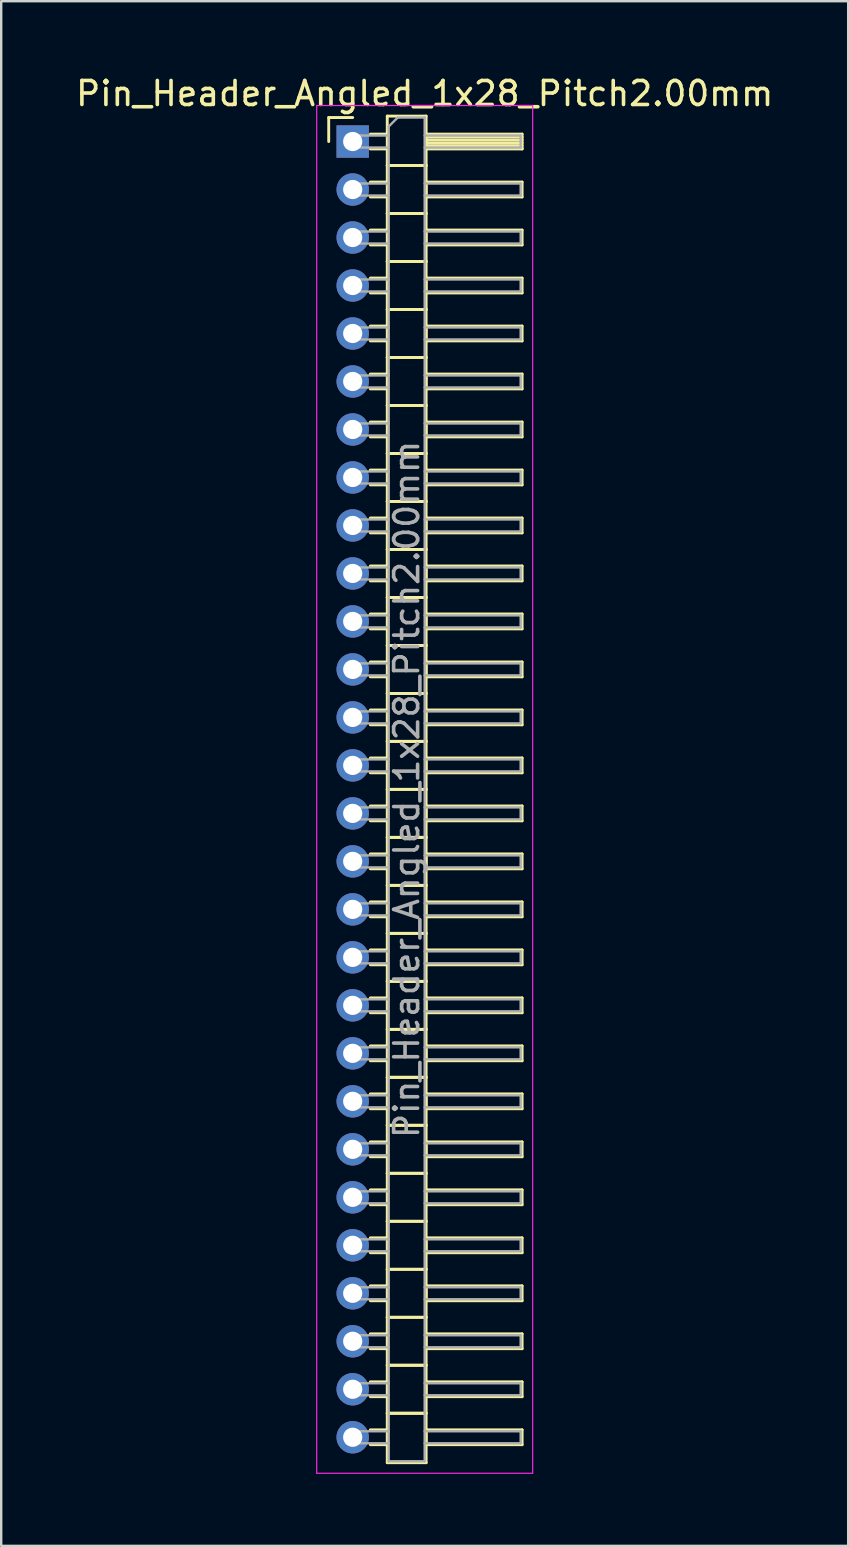
<source format=kicad_pcb>
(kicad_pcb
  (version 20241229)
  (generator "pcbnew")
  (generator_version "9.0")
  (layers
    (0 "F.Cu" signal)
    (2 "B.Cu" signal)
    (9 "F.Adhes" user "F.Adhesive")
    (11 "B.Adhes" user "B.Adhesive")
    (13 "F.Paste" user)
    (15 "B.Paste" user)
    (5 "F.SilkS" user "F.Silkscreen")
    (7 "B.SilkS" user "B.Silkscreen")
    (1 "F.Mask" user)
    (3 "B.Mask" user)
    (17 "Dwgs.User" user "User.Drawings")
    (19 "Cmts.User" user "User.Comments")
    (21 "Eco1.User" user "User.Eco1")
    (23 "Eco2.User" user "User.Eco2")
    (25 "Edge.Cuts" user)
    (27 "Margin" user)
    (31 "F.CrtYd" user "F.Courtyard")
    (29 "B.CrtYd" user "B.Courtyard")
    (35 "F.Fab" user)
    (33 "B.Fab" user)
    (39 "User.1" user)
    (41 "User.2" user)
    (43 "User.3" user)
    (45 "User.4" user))
  (footprint "Pin_Header_Angled_1x28_Pitch2.00mm"
    (layer "F.Cu")
    (at 11.649 2.848)
    (property "Reference" "Pin_Header_Angled_1x28_Pitch2.00mm" (at 3 -2 0) (layer "F.SilkS") (effects (font (size 1 1) (thickness 0.15))))
    (attr through_hole)
    (fp_line (start -1 -1) (end 0 -1) (stroke (width 0.12) (type solid)) (layer "F.SilkS"))
    (fp_line (start -1 0) (end -1 -1) (stroke (width 0.12) (type solid)) (layer "F.SilkS"))
    (fp_line (start 0.735 -0.31) (end 1.44 -0.31) (stroke (width 0.12) (type solid)) (layer "F.SilkS"))
    (fp_line (start 0.735 0.31) (end 1.44 0.31) (stroke (width 0.12) (type solid)) (layer "F.SilkS"))
    (fp_line (start 0.735 1.69) (end 1.44 1.69) (stroke (width 0.12) (type solid)) (layer "F.SilkS"))
    (fp_line (start 0.735 2.31) (end 1.44 2.31) (stroke (width 0.12) (type solid)) (layer "F.SilkS"))
    (fp_line (start 0.735 3.69) (end 1.44 3.69) (stroke (width 0.12) (type solid)) (layer "F.SilkS"))
    (fp_line (start 0.735 4.31) (end 1.44 4.31) (stroke (width 0.12) (type solid)) (layer "F.SilkS"))
    (fp_line (start 0.735 5.69) (end 1.44 5.69) (stroke (width 0.12) (type solid)) (layer "F.SilkS"))
    (fp_line (start 0.735 6.31) (end 1.44 6.31) (stroke (width 0.12) (type solid)) (layer "F.SilkS"))
    (fp_line (start 0.735 7.69) (end 1.44 7.69) (stroke (width 0.12) (type solid)) (layer "F.SilkS"))
    (fp_line (start 0.735 8.31) (end 1.44 8.31) (stroke (width 0.12) (type solid)) (layer "F.SilkS"))
    (fp_line (start 0.735 9.69) (end 1.44 9.69) (stroke (width 0.12) (type solid)) (layer "F.SilkS"))
    (fp_line (start 0.735 10.31) (end 1.44 10.31) (stroke (width 0.12) (type solid)) (layer "F.SilkS"))
    (fp_line (start 0.735 11.69) (end 1.44 11.69) (stroke (width 0.12) (type solid)) (layer "F.SilkS"))
    (fp_line (start 0.735 12.31) (end 1.44 12.31) (stroke (width 0.12) (type solid)) (layer "F.SilkS"))
    (fp_line (start 0.735 13.69) (end 1.44 13.69) (stroke (width 0.12) (type solid)) (layer "F.SilkS"))
    (fp_line (start 0.735 14.31) (end 1.44 14.31) (stroke (width 0.12) (type solid)) (layer "F.SilkS"))
    (fp_line (start 0.735 15.69) (end 1.44 15.69) (stroke (width 0.12) (type solid)) (layer "F.SilkS"))
    (fp_line (start 0.735 16.31) (end 1.44 16.31) (stroke (width 0.12) (type solid)) (layer "F.SilkS"))
    (fp_line (start 0.735 17.69) (end 1.44 17.69) (stroke (width 0.12) (type solid)) (layer "F.SilkS"))
    (fp_line (start 0.735 18.31) (end 1.44 18.31) (stroke (width 0.12) (type solid)) (layer "F.SilkS"))
    (fp_line (start 0.735 19.69) (end 1.44 19.69) (stroke (width 0.12) (type solid)) (layer "F.SilkS"))
    (fp_line (start 0.735 20.31) (end 1.44 20.31) (stroke (width 0.12) (type solid)) (layer "F.SilkS"))
    (fp_line (start 0.735 21.69) (end 1.44 21.69) (stroke (width 0.12) (type solid)) (layer "F.SilkS"))
    (fp_line (start 0.735 22.31) (end 1.44 22.31) (stroke (width 0.12) (type solid)) (layer "F.SilkS"))
    (fp_line (start 0.735 23.69) (end 1.44 23.69) (stroke (width 0.12) (type solid)) (layer "F.SilkS"))
    (fp_line (start 0.735 24.31) (end 1.44 24.31) (stroke (width 0.12) (type solid)) (layer "F.SilkS"))
    (fp_line (start 0.735 25.69) (end 1.44 25.69) (stroke (width 0.12) (type solid)) (layer "F.SilkS"))
    (fp_line (start 0.735 26.31) (end 1.44 26.31) (stroke (width 0.12) (type solid)) (layer "F.SilkS"))
    (fp_line (start 0.735 27.69) (end 1.44 27.69) (stroke (width 0.12) (type solid)) (layer "F.SilkS"))
    (fp_line (start 0.735 28.31) (end 1.44 28.31) (stroke (width 0.12) (type solid)) (layer "F.SilkS"))
    (fp_line (start 0.735 29.69) (end 1.44 29.69) (stroke (width 0.12) (type solid)) (layer "F.SilkS"))
    (fp_line (start 0.735 30.31) (end 1.44 30.31) (stroke (width 0.12) (type solid)) (layer "F.SilkS"))
    (fp_line (start 0.735 31.69) (end 1.44 31.69) (stroke (width 0.12) (type solid)) (layer "F.SilkS"))
    (fp_line (start 0.735 32.31) (end 1.44 32.31) (stroke (width 0.12) (type solid)) (layer "F.SilkS"))
    (fp_line (start 0.735 33.69) (end 1.44 33.69) (stroke (width 0.12) (type solid)) (layer "F.SilkS"))
    (fp_line (start 0.735 34.31) (end 1.44 34.31) (stroke (width 0.12) (type solid)) (layer "F.SilkS"))
    (fp_line (start 0.735 35.69) (end 1.44 35.69) (stroke (width 0.12) (type solid)) (layer "F.SilkS"))
    (fp_line (start 0.735 36.31) (end 1.44 36.31) (stroke (width 0.12) (type solid)) (layer "F.SilkS"))
    (fp_line (start 0.735 37.69) (end 1.44 37.69) (stroke (width 0.12) (type solid)) (layer "F.SilkS"))
    (fp_line (start 0.735 38.31) (end 1.44 38.31) (stroke (width 0.12) (type solid)) (layer "F.SilkS"))
    (fp_line (start 0.735 39.69) (end 1.44 39.69) (stroke (width 0.12) (type solid)) (layer "F.SilkS"))
    (fp_line (start 0.735 40.31) (end 1.44 40.31) (stroke (width 0.12) (type solid)) (layer "F.SilkS"))
    (fp_line (start 0.735 41.69) (end 1.44 41.69) (stroke (width 0.12) (type solid)) (layer "F.SilkS"))
    (fp_line (start 0.735 42.31) (end 1.44 42.31) (stroke (width 0.12) (type solid)) (layer "F.SilkS"))
    (fp_line (start 0.735 43.69) (end 1.44 43.69) (stroke (width 0.12) (type solid)) (layer "F.SilkS"))
    (fp_line (start 0.735 44.31) (end 1.44 44.31) (stroke (width 0.12) (type solid)) (layer "F.SilkS"))
    (fp_line (start 0.735 45.69) (end 1.44 45.69) (stroke (width 0.12) (type solid)) (layer "F.SilkS"))
    (fp_line (start 0.735 46.31) (end 1.44 46.31) (stroke (width 0.12) (type solid)) (layer "F.SilkS"))
    (fp_line (start 0.735 47.69) (end 1.44 47.69) (stroke (width 0.12) (type solid)) (layer "F.SilkS"))
    (fp_line (start 0.735 48.31) (end 1.44 48.31) (stroke (width 0.12) (type solid)) (layer "F.SilkS"))
    (fp_line (start 0.735 49.69) (end 1.44 49.69) (stroke (width 0.12) (type solid)) (layer "F.SilkS"))
    (fp_line (start 0.735 50.31) (end 1.44 50.31) (stroke (width 0.12) (type solid)) (layer "F.SilkS"))
    (fp_line (start 0.735 51.69) (end 1.44 51.69) (stroke (width 0.12) (type solid)) (layer "F.SilkS"))
    (fp_line (start 0.735 52.31) (end 1.44 52.31) (stroke (width 0.12) (type solid)) (layer "F.SilkS"))
    (fp_line (start 0.735 53.69) (end 1.44 53.69) (stroke (width 0.12) (type solid)) (layer "F.SilkS"))
    (fp_line (start 0.735 54.31) (end 1.44 54.31) (stroke (width 0.12) (type solid)) (layer "F.SilkS"))
    (fp_line (start 1.44 -1.06) (end 1.44 1) (stroke (width 0.12) (type solid)) (layer "F.SilkS"))
    (fp_line (start 1.44 1) (end 1.44 3) (stroke (width 0.12) (type solid)) (layer "F.SilkS"))
    (fp_line (start 1.44 1) (end 3.06 1) (stroke (width 0.12) (type solid)) (layer "F.SilkS"))
    (fp_line (start 1.44 3) (end 1.44 5) (stroke (width 0.12) (type solid)) (layer "F.SilkS"))
    (fp_line (start 1.44 3) (end 3.06 3) (stroke (width 0.12) (type solid)) (layer "F.SilkS"))
    (fp_line (start 1.44 5) (end 1.44 7) (stroke (width 0.12) (type solid)) (layer "F.SilkS"))
    (fp_line (start 1.44 5) (end 3.06 5) (stroke (width 0.12) (type solid)) (layer "F.SilkS"))
    (fp_line (start 1.44 7) (end 1.44 9) (stroke (width 0.12) (type solid)) (layer "F.SilkS"))
    (fp_line (start 1.44 7) (end 3.06 7) (stroke (width 0.12) (type solid)) (layer "F.SilkS"))
    (fp_line (start 1.44 9) (end 1.44 11) (stroke (width 0.12) (type solid)) (layer "F.SilkS"))
    (fp_line (start 1.44 9) (end 3.06 9) (stroke (width 0.12) (type solid)) (layer "F.SilkS"))
    (fp_line (start 1.44 11) (end 1.44 13) (stroke (width 0.12) (type solid)) (layer "F.SilkS"))
    (fp_line (start 1.44 11) (end 3.06 11) (stroke (width 0.12) (type solid)) (layer "F.SilkS"))
    (fp_line (start 1.44 13) (end 1.44 15) (stroke (width 0.12) (type solid)) (layer "F.SilkS"))
    (fp_line (start 1.44 13) (end 3.06 13) (stroke (width 0.12) (type solid)) (layer "F.SilkS"))
    (fp_line (start 1.44 15) (end 1.44 17) (stroke (width 0.12) (type solid)) (layer "F.SilkS"))
    (fp_line (start 1.44 15) (end 3.06 15) (stroke (width 0.12) (type solid)) (layer "F.SilkS"))
    (fp_line (start 1.44 17) (end 1.44 19) (stroke (width 0.12) (type solid)) (layer "F.SilkS"))
    (fp_line (start 1.44 17) (end 3.06 17) (stroke (width 0.12) (type solid)) (layer "F.SilkS"))
    (fp_line (start 1.44 19) (end 1.44 21) (stroke (width 0.12) (type solid)) (layer "F.SilkS"))
    (fp_line (start 1.44 19) (end 3.06 19) (stroke (width 0.12) (type solid)) (layer "F.SilkS"))
    (fp_line (start 1.44 21) (end 1.44 23) (stroke (width 0.12) (type solid)) (layer "F.SilkS"))
    (fp_line (start 1.44 21) (end 3.06 21) (stroke (width 0.12) (type solid)) (layer "F.SilkS"))
    (fp_line (start 1.44 23) (end 1.44 25) (stroke (width 0.12) (type solid)) (layer "F.SilkS"))
    (fp_line (start 1.44 23) (end 3.06 23) (stroke (width 0.12) (type solid)) (layer "F.SilkS"))
    (fp_line (start 1.44 25) (end 1.44 27) (stroke (width 0.12) (type solid)) (layer "F.SilkS"))
    (fp_line (start 1.44 25) (end 3.06 25) (stroke (width 0.12) (type solid)) (layer "F.SilkS"))
    (fp_line (start 1.44 27) (end 1.44 29) (stroke (width 0.12) (type solid)) (layer "F.SilkS"))
    (fp_line (start 1.44 27) (end 3.06 27) (stroke (width 0.12) (type solid)) (layer "F.SilkS"))
    (fp_line (start 1.44 29) (end 1.44 31) (stroke (width 0.12) (type solid)) (layer "F.SilkS"))
    (fp_line (start 1.44 29) (end 3.06 29) (stroke (width 0.12) (type solid)) (layer "F.SilkS"))
    (fp_line (start 1.44 31) (end 1.44 33) (stroke (width 0.12) (type solid)) (layer "F.SilkS"))
    (fp_line (start 1.44 31) (end 3.06 31) (stroke (width 0.12) (type solid)) (layer "F.SilkS"))
    (fp_line (start 1.44 33) (end 1.44 35) (stroke (width 0.12) (type solid)) (layer "F.SilkS"))
    (fp_line (start 1.44 33) (end 3.06 33) (stroke (width 0.12) (type solid)) (layer "F.SilkS"))
    (fp_line (start 1.44 35) (end 1.44 37) (stroke (width 0.12) (type solid)) (layer "F.SilkS"))
    (fp_line (start 1.44 35) (end 3.06 35) (stroke (width 0.12) (type solid)) (layer "F.SilkS"))
    (fp_line (start 1.44 37) (end 1.44 39) (stroke (width 0.12) (type solid)) (layer "F.SilkS"))
    (fp_line (start 1.44 37) (end 3.06 37) (stroke (width 0.12) (type solid)) (layer "F.SilkS"))
    (fp_line (start 1.44 39) (end 1.44 41) (stroke (width 0.12) (type solid)) (layer "F.SilkS"))
    (fp_line (start 1.44 39) (end 3.06 39) (stroke (width 0.12) (type solid)) (layer "F.SilkS"))
    (fp_line (start 1.44 41) (end 1.44 43) (stroke (width 0.12) (type solid)) (layer "F.SilkS"))
    (fp_line (start 1.44 41) (end 3.06 41) (stroke (width 0.12) (type solid)) (layer "F.SilkS"))
    (fp_line (start 1.44 43) (end 1.44 45) (stroke (width 0.12) (type solid)) (layer "F.SilkS"))
    (fp_line (start 1.44 43) (end 3.06 43) (stroke (width 0.12) (type solid)) (layer "F.SilkS"))
    (fp_line (start 1.44 45) (end 1.44 47) (stroke (width 0.12) (type solid)) (layer "F.SilkS"))
    (fp_line (start 1.44 45) (end 3.06 45) (stroke (width 0.12) (type solid)) (layer "F.SilkS"))
    (fp_line (start 1.44 47) (end 1.44 49) (stroke (width 0.12) (type solid)) (layer "F.SilkS"))
    (fp_line (start 1.44 47) (end 3.06 47) (stroke (width 0.12) (type solid)) (layer "F.SilkS"))
    (fp_line (start 1.44 49) (end 1.44 51) (stroke (width 0.12) (type solid)) (layer "F.SilkS"))
    (fp_line (start 1.44 49) (end 3.06 49) (stroke (width 0.12) (type solid)) (layer "F.SilkS"))
    (fp_line (start 1.44 51) (end 1.44 53) (stroke (width 0.12) (type solid)) (layer "F.SilkS"))
    (fp_line (start 1.44 51) (end 3.06 51) (stroke (width 0.12) (type solid)) (layer "F.SilkS"))
    (fp_line (start 1.44 53) (end 1.44 55.06) (stroke (width 0.12) (type solid)) (layer "F.SilkS"))
    (fp_line (start 1.44 53) (end 3.06 53) (stroke (width 0.12) (type solid)) (layer "F.SilkS"))
    (fp_line (start 1.44 55.06) (end 3.06 55.06) (stroke (width 0.12) (type solid)) (layer "F.SilkS"))
    (fp_line (start 3.06 -1.06) (end 1.44 -1.06) (stroke (width 0.12) (type solid)) (layer "F.SilkS"))
    (fp_line (start 3.06 -0.31) (end 3.06 0.31) (stroke (width 0.12) (type solid)) (layer "F.SilkS"))
    (fp_line (start 3.06 -0.19) (end 7.06 -0.19) (stroke (width 0.12) (type solid)) (layer "F.SilkS"))
    (fp_line (start 3.06 -0.07) (end 7.06 -0.07) (stroke (width 0.12) (type solid)) (layer "F.SilkS"))
    (fp_line (start 3.06 0.05) (end 7.06 0.05) (stroke (width 0.12) (type solid)) (layer "F.SilkS"))
    (fp_line (start 3.06 0.17) (end 7.06 0.17) (stroke (width 0.12) (type solid)) (layer "F.SilkS"))
    (fp_line (start 3.06 0.29) (end 7.06 0.29) (stroke (width 0.12) (type solid)) (layer "F.SilkS"))
    (fp_line (start 3.06 0.31) (end 7.06 0.31) (stroke (width 0.12) (type solid)) (layer "F.SilkS"))
    (fp_line (start 3.06 1) (end 1.44 1) (stroke (width 0.12) (type solid)) (layer "F.SilkS"))
    (fp_line (start 3.06 1) (end 3.06 -1.06) (stroke (width 0.12) (type solid)) (layer "F.SilkS"))
    (fp_line (start 3.06 1.69) (end 3.06 2.31) (stroke (width 0.12) (type solid)) (layer "F.SilkS"))
    (fp_line (start 3.06 2.31) (end 7.06 2.31) (stroke (width 0.12) (type solid)) (layer "F.SilkS"))
    (fp_line (start 3.06 3) (end 1.44 3) (stroke (width 0.12) (type solid)) (layer "F.SilkS"))
    (fp_line (start 3.06 3) (end 3.06 1) (stroke (width 0.12) (type solid)) (layer "F.SilkS"))
    (fp_line (start 3.06 3.69) (end 3.06 4.31) (stroke (width 0.12) (type solid)) (layer "F.SilkS"))
    (fp_line (start 3.06 4.31) (end 7.06 4.31) (stroke (width 0.12) (type solid)) (layer "F.SilkS"))
    (fp_line (start 3.06 5) (end 1.44 5) (stroke (width 0.12) (type solid)) (layer "F.SilkS"))
    (fp_line (start 3.06 5) (end 3.06 3) (stroke (width 0.12) (type solid)) (layer "F.SilkS"))
    (fp_line (start 3.06 5.69) (end 3.06 6.31) (stroke (width 0.12) (type solid)) (layer "F.SilkS"))
    (fp_line (start 3.06 6.31) (end 7.06 6.31) (stroke (width 0.12) (type solid)) (layer "F.SilkS"))
    (fp_line (start 3.06 7) (end 1.44 7) (stroke (width 0.12) (type solid)) (layer "F.SilkS"))
    (fp_line (start 3.06 7) (end 3.06 5) (stroke (width 0.12) (type solid)) (layer "F.SilkS"))
    (fp_line (start 3.06 7.69) (end 3.06 8.31) (stroke (width 0.12) (type solid)) (layer "F.SilkS"))
    (fp_line (start 3.06 8.31) (end 7.06 8.31) (stroke (width 0.12) (type solid)) (layer "F.SilkS"))
    (fp_line (start 3.06 9) (end 1.44 9) (stroke (width 0.12) (type solid)) (layer "F.SilkS"))
    (fp_line (start 3.06 9) (end 3.06 7) (stroke (width 0.12) (type solid)) (layer "F.SilkS"))
    (fp_line (start 3.06 9.69) (end 3.06 10.31) (stroke (width 0.12) (type solid)) (layer "F.SilkS"))
    (fp_line (start 3.06 10.31) (end 7.06 10.31) (stroke (width 0.12) (type solid)) (layer "F.SilkS"))
    (fp_line (start 3.06 11) (end 1.44 11) (stroke (width 0.12) (type solid)) (layer "F.SilkS"))
    (fp_line (start 3.06 11) (end 3.06 9) (stroke (width 0.12) (type solid)) (layer "F.SilkS"))
    (fp_line (start 3.06 11.69) (end 3.06 12.31) (stroke (width 0.12) (type solid)) (layer "F.SilkS"))
    (fp_line (start 3.06 12.31) (end 7.06 12.31) (stroke (width 0.12) (type solid)) (layer "F.SilkS"))
    (fp_line (start 3.06 13) (end 1.44 13) (stroke (width 0.12) (type solid)) (layer "F.SilkS"))
    (fp_line (start 3.06 13) (end 3.06 11) (stroke (width 0.12) (type solid)) (layer "F.SilkS"))
    (fp_line (start 3.06 13.69) (end 3.06 14.31) (stroke (width 0.12) (type solid)) (layer "F.SilkS"))
    (fp_line (start 3.06 14.31) (end 7.06 14.31) (stroke (width 0.12) (type solid)) (layer "F.SilkS"))
    (fp_line (start 3.06 15) (end 1.44 15) (stroke (width 0.12) (type solid)) (layer "F.SilkS"))
    (fp_line (start 3.06 15) (end 3.06 13) (stroke (width 0.12) (type solid)) (layer "F.SilkS"))
    (fp_line (start 3.06 15.69) (end 3.06 16.31) (stroke (width 0.12) (type solid)) (layer "F.SilkS"))
    (fp_line (start 3.06 16.31) (end 7.06 16.31) (stroke (width 0.12) (type solid)) (layer "F.SilkS"))
    (fp_line (start 3.06 17) (end 1.44 17) (stroke (width 0.12) (type solid)) (layer "F.SilkS"))
    (fp_line (start 3.06 17) (end 3.06 15) (stroke (width 0.12) (type solid)) (layer "F.SilkS"))
    (fp_line (start 3.06 17.69) (end 3.06 18.31) (stroke (width 0.12) (type solid)) (layer "F.SilkS"))
    (fp_line (start 3.06 18.31) (end 7.06 18.31) (stroke (width 0.12) (type solid)) (layer "F.SilkS"))
    (fp_line (start 3.06 19) (end 1.44 19) (stroke (width 0.12) (type solid)) (layer "F.SilkS"))
    (fp_line (start 3.06 19) (end 3.06 17) (stroke (width 0.12) (type solid)) (layer "F.SilkS"))
    (fp_line (start 3.06 19.69) (end 3.06 20.31) (stroke (width 0.12) (type solid)) (layer "F.SilkS"))
    (fp_line (start 3.06 20.31) (end 7.06 20.31) (stroke (width 0.12) (type solid)) (layer "F.SilkS"))
    (fp_line (start 3.06 21) (end 1.44 21) (stroke (width 0.12) (type solid)) (layer "F.SilkS"))
    (fp_line (start 3.06 21) (end 3.06 19) (stroke (width 0.12) (type solid)) (layer "F.SilkS"))
    (fp_line (start 3.06 21.69) (end 3.06 22.31) (stroke (width 0.12) (type solid)) (layer "F.SilkS"))
    (fp_line (start 3.06 22.31) (end 7.06 22.31) (stroke (width 0.12) (type solid)) (layer "F.SilkS"))
    (fp_line (start 3.06 23) (end 1.44 23) (stroke (width 0.12) (type solid)) (layer "F.SilkS"))
    (fp_line (start 3.06 23) (end 3.06 21) (stroke (width 0.12) (type solid)) (layer "F.SilkS"))
    (fp_line (start 3.06 23.69) (end 3.06 24.31) (stroke (width 0.12) (type solid)) (layer "F.SilkS"))
    (fp_line (start 3.06 24.31) (end 7.06 24.31) (stroke (width 0.12) (type solid)) (layer "F.SilkS"))
    (fp_line (start 3.06 25) (end 1.44 25) (stroke (width 0.12) (type solid)) (layer "F.SilkS"))
    (fp_line (start 3.06 25) (end 3.06 23) (stroke (width 0.12) (type solid)) (layer "F.SilkS"))
    (fp_line (start 3.06 25.69) (end 3.06 26.31) (stroke (width 0.12) (type solid)) (layer "F.SilkS"))
    (fp_line (start 3.06 26.31) (end 7.06 26.31) (stroke (width 0.12) (type solid)) (layer "F.SilkS"))
    (fp_line (start 3.06 27) (end 1.44 27) (stroke (width 0.12) (type solid)) (layer "F.SilkS"))
    (fp_line (start 3.06 27) (end 3.06 25) (stroke (width 0.12) (type solid)) (layer "F.SilkS"))
    (fp_line (start 3.06 27.69) (end 3.06 28.31) (stroke (width 0.12) (type solid)) (layer "F.SilkS"))
    (fp_line (start 3.06 28.31) (end 7.06 28.31) (stroke (width 0.12) (type solid)) (layer "F.SilkS"))
    (fp_line (start 3.06 29) (end 1.44 29) (stroke (width 0.12) (type solid)) (layer "F.SilkS"))
    (fp_line (start 3.06 29) (end 3.06 27) (stroke (width 0.12) (type solid)) (layer "F.SilkS"))
    (fp_line (start 3.06 29.69) (end 3.06 30.31) (stroke (width 0.12) (type solid)) (layer "F.SilkS"))
    (fp_line (start 3.06 30.31) (end 7.06 30.31) (stroke (width 0.12) (type solid)) (layer "F.SilkS"))
    (fp_line (start 3.06 31) (end 1.44 31) (stroke (width 0.12) (type solid)) (layer "F.SilkS"))
    (fp_line (start 3.06 31) (end 3.06 29) (stroke (width 0.12) (type solid)) (layer "F.SilkS"))
    (fp_line (start 3.06 31.69) (end 3.06 32.31) (stroke (width 0.12) (type solid)) (layer "F.SilkS"))
    (fp_line (start 3.06 32.31) (end 7.06 32.31) (stroke (width 0.12) (type solid)) (layer "F.SilkS"))
    (fp_line (start 3.06 33) (end 1.44 33) (stroke (width 0.12) (type solid)) (layer "F.SilkS"))
    (fp_line (start 3.06 33) (end 3.06 31) (stroke (width 0.12) (type solid)) (layer "F.SilkS"))
    (fp_line (start 3.06 33.69) (end 3.06 34.31) (stroke (width 0.12) (type solid)) (layer "F.SilkS"))
    (fp_line (start 3.06 34.31) (end 7.06 34.31) (stroke (width 0.12) (type solid)) (layer "F.SilkS"))
    (fp_line (start 3.06 35) (end 1.44 35) (stroke (width 0.12) (type solid)) (layer "F.SilkS"))
    (fp_line (start 3.06 35) (end 3.06 33) (stroke (width 0.12) (type solid)) (layer "F.SilkS"))
    (fp_line (start 3.06 35.69) (end 3.06 36.31) (stroke (width 0.12) (type solid)) (layer "F.SilkS"))
    (fp_line (start 3.06 36.31) (end 7.06 36.31) (stroke (width 0.12) (type solid)) (layer "F.SilkS"))
    (fp_line (start 3.06 37) (end 1.44 37) (stroke (width 0.12) (type solid)) (layer "F.SilkS"))
    (fp_line (start 3.06 37) (end 3.06 35) (stroke (width 0.12) (type solid)) (layer "F.SilkS"))
    (fp_line (start 3.06 37.69) (end 3.06 38.31) (stroke (width 0.12) (type solid)) (layer "F.SilkS"))
    (fp_line (start 3.06 38.31) (end 7.06 38.31) (stroke (width 0.12) (type solid)) (layer "F.SilkS"))
    (fp_line (start 3.06 39) (end 1.44 39) (stroke (width 0.12) (type solid)) (layer "F.SilkS"))
    (fp_line (start 3.06 39) (end 3.06 37) (stroke (width 0.12) (type solid)) (layer "F.SilkS"))
    (fp_line (start 3.06 39.69) (end 3.06 40.31) (stroke (width 0.12) (type solid)) (layer "F.SilkS"))
    (fp_line (start 3.06 40.31) (end 7.06 40.31) (stroke (width 0.12) (type solid)) (layer "F.SilkS"))
    (fp_line (start 3.06 41) (end 1.44 41) (stroke (width 0.12) (type solid)) (layer "F.SilkS"))
    (fp_line (start 3.06 41) (end 3.06 39) (stroke (width 0.12) (type solid)) (layer "F.SilkS"))
    (fp_line (start 3.06 41.69) (end 3.06 42.31) (stroke (width 0.12) (type solid)) (layer "F.SilkS"))
    (fp_line (start 3.06 42.31) (end 7.06 42.31) (stroke (width 0.12) (type solid)) (layer "F.SilkS"))
    (fp_line (start 3.06 43) (end 1.44 43) (stroke (width 0.12) (type solid)) (layer "F.SilkS"))
    (fp_line (start 3.06 43) (end 3.06 41) (stroke (width 0.12) (type solid)) (layer "F.SilkS"))
    (fp_line (start 3.06 43.69) (end 3.06 44.31) (stroke (width 0.12) (type solid)) (layer "F.SilkS"))
    (fp_line (start 3.06 44.31) (end 7.06 44.31) (stroke (width 0.12) (type solid)) (layer "F.SilkS"))
    (fp_line (start 3.06 45) (end 1.44 45) (stroke (width 0.12) (type solid)) (layer "F.SilkS"))
    (fp_line (start 3.06 45) (end 3.06 43) (stroke (width 0.12) (type solid)) (layer "F.SilkS"))
    (fp_line (start 3.06 45.69) (end 3.06 46.31) (stroke (width 0.12) (type solid)) (layer "F.SilkS"))
    (fp_line (start 3.06 46.31) (end 7.06 46.31) (stroke (width 0.12) (type solid)) (layer "F.SilkS"))
    (fp_line (start 3.06 47) (end 1.44 47) (stroke (width 0.12) (type solid)) (layer "F.SilkS"))
    (fp_line (start 3.06 47) (end 3.06 45) (stroke (width 0.12) (type solid)) (layer "F.SilkS"))
    (fp_line (start 3.06 47.69) (end 3.06 48.31) (stroke (width 0.12) (type solid)) (layer "F.SilkS"))
    (fp_line (start 3.06 48.31) (end 7.06 48.31) (stroke (width 0.12) (type solid)) (layer "F.SilkS"))
    (fp_line (start 3.06 49) (end 1.44 49) (stroke (width 0.12) (type solid)) (layer "F.SilkS"))
    (fp_line (start 3.06 49) (end 3.06 47) (stroke (width 0.12) (type solid)) (layer "F.SilkS"))
    (fp_line (start 3.06 49.69) (end 3.06 50.31) (stroke (width 0.12) (type solid)) (layer "F.SilkS"))
    (fp_line (start 3.06 50.31) (end 7.06 50.31) (stroke (width 0.12) (type solid)) (layer "F.SilkS"))
    (fp_line (start 3.06 51) (end 1.44 51) (stroke (width 0.12) (type solid)) (layer "F.SilkS"))
    (fp_line (start 3.06 51) (end 3.06 49) (stroke (width 0.12) (type solid)) (layer "F.SilkS"))
    (fp_line (start 3.06 51.69) (end 3.06 52.31) (stroke (width 0.12) (type solid)) (layer "F.SilkS"))
    (fp_line (start 3.06 52.31) (end 7.06 52.31) (stroke (width 0.12) (type solid)) (layer "F.SilkS"))
    (fp_line (start 3.06 53) (end 1.44 53) (stroke (width 0.12) (type solid)) (layer "F.SilkS"))
    (fp_line (start 3.06 53) (end 3.06 51) (stroke (width 0.12) (type solid)) (layer "F.SilkS"))
    (fp_line (start 3.06 53.69) (end 3.06 54.31) (stroke (width 0.12) (type solid)) (layer "F.SilkS"))
    (fp_line (start 3.06 54.31) (end 7.06 54.31) (stroke (width 0.12) (type solid)) (layer "F.SilkS"))
    (fp_line (start 3.06 55.06) (end 3.06 53) (stroke (width 0.12) (type solid)) (layer "F.SilkS"))
    (fp_line (start 7.06 -0.31) (end 3.06 -0.31) (stroke (width 0.12) (type solid)) (layer "F.SilkS"))
    (fp_line (start 7.06 0.31) (end 7.06 -0.31) (stroke (width 0.12) (type solid)) (layer "F.SilkS"))
    (fp_line (start 7.06 1.69) (end 3.06 1.69) (stroke (width 0.12) (type solid)) (layer "F.SilkS"))
    (fp_line (start 7.06 2.31) (end 7.06 1.69) (stroke (width 0.12) (type solid)) (layer "F.SilkS"))
    (fp_line (start 7.06 3.69) (end 3.06 3.69) (stroke (width 0.12) (type solid)) (layer "F.SilkS"))
    (fp_line (start 7.06 4.31) (end 7.06 3.69) (stroke (width 0.12) (type solid)) (layer "F.SilkS"))
    (fp_line (start 7.06 5.69) (end 3.06 5.69) (stroke (width 0.12) (type solid)) (layer "F.SilkS"))
    (fp_line (start 7.06 6.31) (end 7.06 5.69) (stroke (width 0.12) (type solid)) (layer "F.SilkS"))
    (fp_line (start 7.06 7.69) (end 3.06 7.69) (stroke (width 0.12) (type solid)) (layer "F.SilkS"))
    (fp_line (start 7.06 8.31) (end 7.06 7.69) (stroke (width 0.12) (type solid)) (layer "F.SilkS"))
    (fp_line (start 7.06 9.69) (end 3.06 9.69) (stroke (width 0.12) (type solid)) (layer "F.SilkS"))
    (fp_line (start 7.06 10.31) (end 7.06 9.69) (stroke (width 0.12) (type solid)) (layer "F.SilkS"))
    (fp_line (start 7.06 11.69) (end 3.06 11.69) (stroke (width 0.12) (type solid)) (layer "F.SilkS"))
    (fp_line (start 7.06 12.31) (end 7.06 11.69) (stroke (width 0.12) (type solid)) (layer "F.SilkS"))
    (fp_line (start 7.06 13.69) (end 3.06 13.69) (stroke (width 0.12) (type solid)) (layer "F.SilkS"))
    (fp_line (start 7.06 14.31) (end 7.06 13.69) (stroke (width 0.12) (type solid)) (layer "F.SilkS"))
    (fp_line (start 7.06 15.69) (end 3.06 15.69) (stroke (width 0.12) (type solid)) (layer "F.SilkS"))
    (fp_line (start 7.06 16.31) (end 7.06 15.69) (stroke (width 0.12) (type solid)) (layer "F.SilkS"))
    (fp_line (start 7.06 17.69) (end 3.06 17.69) (stroke (width 0.12) (type solid)) (layer "F.SilkS"))
    (fp_line (start 7.06 18.31) (end 7.06 17.69) (stroke (width 0.12) (type solid)) (layer "F.SilkS"))
    (fp_line (start 7.06 19.69) (end 3.06 19.69) (stroke (width 0.12) (type solid)) (layer "F.SilkS"))
    (fp_line (start 7.06 20.31) (end 7.06 19.69) (stroke (width 0.12) (type solid)) (layer "F.SilkS"))
    (fp_line (start 7.06 21.69) (end 3.06 21.69) (stroke (width 0.12) (type solid)) (layer "F.SilkS"))
    (fp_line (start 7.06 22.31) (end 7.06 21.69) (stroke (width 0.12) (type solid)) (layer "F.SilkS"))
    (fp_line (start 7.06 23.69) (end 3.06 23.69) (stroke (width 0.12) (type solid)) (layer "F.SilkS"))
    (fp_line (start 7.06 24.31) (end 7.06 23.69) (stroke (width 0.12) (type solid)) (layer "F.SilkS"))
    (fp_line (start 7.06 25.69) (end 3.06 25.69) (stroke (width 0.12) (type solid)) (layer "F.SilkS"))
    (fp_line (start 7.06 26.31) (end 7.06 25.69) (stroke (width 0.12) (type solid)) (layer "F.SilkS"))
    (fp_line (start 7.06 27.69) (end 3.06 27.69) (stroke (width 0.12) (type solid)) (layer "F.SilkS"))
    (fp_line (start 7.06 28.31) (end 7.06 27.69) (stroke (width 0.12) (type solid)) (layer "F.SilkS"))
    (fp_line (start 7.06 29.69) (end 3.06 29.69) (stroke (width 0.12) (type solid)) (layer "F.SilkS"))
    (fp_line (start 7.06 30.31) (end 7.06 29.69) (stroke (width 0.12) (type solid)) (layer "F.SilkS"))
    (fp_line (start 7.06 31.69) (end 3.06 31.69) (stroke (width 0.12) (type solid)) (layer "F.SilkS"))
    (fp_line (start 7.06 32.31) (end 7.06 31.69) (stroke (width 0.12) (type solid)) (layer "F.SilkS"))
    (fp_line (start 7.06 33.69) (end 3.06 33.69) (stroke (width 0.12) (type solid)) (layer "F.SilkS"))
    (fp_line (start 7.06 34.31) (end 7.06 33.69) (stroke (width 0.12) (type solid)) (layer "F.SilkS"))
    (fp_line (start 7.06 35.69) (end 3.06 35.69) (stroke (width 0.12) (type solid)) (layer "F.SilkS"))
    (fp_line (start 7.06 36.31) (end 7.06 35.69) (stroke (width 0.12) (type solid)) (layer "F.SilkS"))
    (fp_line (start 7.06 37.69) (end 3.06 37.69) (stroke (width 0.12) (type solid)) (layer "F.SilkS"))
    (fp_line (start 7.06 38.31) (end 7.06 37.69) (stroke (width 0.12) (type solid)) (layer "F.SilkS"))
    (fp_line (start 7.06 39.69) (end 3.06 39.69) (stroke (width 0.12) (type solid)) (layer "F.SilkS"))
    (fp_line (start 7.06 40.31) (end 7.06 39.69) (stroke (width 0.12) (type solid)) (layer "F.SilkS"))
    (fp_line (start 7.06 41.69) (end 3.06 41.69) (stroke (width 0.12) (type solid)) (layer "F.SilkS"))
    (fp_line (start 7.06 42.31) (end 7.06 41.69) (stroke (width 0.12) (type solid)) (layer "F.SilkS"))
    (fp_line (start 7.06 43.69) (end 3.06 43.69) (stroke (width 0.12) (type solid)) (layer "F.SilkS"))
    (fp_line (start 7.06 44.31) (end 7.06 43.69) (stroke (width 0.12) (type solid)) (layer "F.SilkS"))
    (fp_line (start 7.06 45.69) (end 3.06 45.69) (stroke (width 0.12) (type solid)) (layer "F.SilkS"))
    (fp_line (start 7.06 46.31) (end 7.06 45.69) (stroke (width 0.12) (type solid)) (layer "F.SilkS"))
    (fp_line (start 7.06 47.69) (end 3.06 47.69) (stroke (width 0.12) (type solid)) (layer "F.SilkS"))
    (fp_line (start 7.06 48.31) (end 7.06 47.69) (stroke (width 0.12) (type solid)) (layer "F.SilkS"))
    (fp_line (start 7.06 49.69) (end 3.06 49.69) (stroke (width 0.12) (type solid)) (layer "F.SilkS"))
    (fp_line (start 7.06 50.31) (end 7.06 49.69) (stroke (width 0.12) (type solid)) (layer "F.SilkS"))
    (fp_line (start 7.06 51.69) (end 3.06 51.69) (stroke (width 0.12) (type solid)) (layer "F.SilkS"))
    (fp_line (start 7.06 52.31) (end 7.06 51.69) (stroke (width 0.12) (type solid)) (layer "F.SilkS"))
    (fp_line (start 7.06 53.69) (end 3.06 53.69) (stroke (width 0.12) (type solid)) (layer "F.SilkS"))
    (fp_line (start 7.06 54.31) (end 7.06 53.69) (stroke (width 0.12) (type solid)) (layer "F.SilkS"))
    (fp_line (start -1.5 -1.5) (end -1.5 55.5) (stroke (width 0.05) (type solid)) (layer "F.CrtYd"))
    (fp_line (start -1.5 55.5) (end 7.5 55.5) (stroke (width 0.05) (type solid)) (layer "F.CrtYd"))
    (fp_line (start 7.5 -1.5) (end -1.5 -1.5) (stroke (width 0.05) (type solid)) (layer "F.CrtYd"))
    (fp_line (start 7.5 55.5) (end 7.5 -1.5) (stroke (width 0.05) (type solid)) (layer "F.CrtYd"))
    (fp_line (start -0.25 -0.25) (end -0.25 0.25) (stroke (width 0.1) (type solid)) (layer "F.Fab"))
    (fp_line (start -0.25 -0.25) (end 1.5 -0.25) (stroke (width 0.1) (type solid)) (layer "F.Fab"))
    (fp_line (start -0.25 0.25) (end 1.5 0.25) (stroke (width 0.1) (type solid)) (layer "F.Fab"))
    (fp_line (start -0.25 1.75) (end -0.25 2.25) (stroke (width 0.1) (type solid)) (layer "F.Fab"))
    (fp_line (start -0.25 1.75) (end 1.5 1.75) (stroke (width 0.1) (type solid)) (layer "F.Fab"))
    (fp_line (start -0.25 2.25) (end 1.5 2.25) (stroke (width 0.1) (type solid)) (layer "F.Fab"))
    (fp_line (start -0.25 3.75) (end -0.25 4.25) (stroke (width 0.1) (type solid)) (layer "F.Fab"))
    (fp_line (start -0.25 3.75) (end 1.5 3.75) (stroke (width 0.1) (type solid)) (layer "F.Fab"))
    (fp_line (start -0.25 4.25) (end 1.5 4.25) (stroke (width 0.1) (type solid)) (layer "F.Fab"))
    (fp_line (start -0.25 5.75) (end -0.25 6.25) (stroke (width 0.1) (type solid)) (layer "F.Fab"))
    (fp_line (start -0.25 5.75) (end 1.5 5.75) (stroke (width 0.1) (type solid)) (layer "F.Fab"))
    (fp_line (start -0.25 6.25) (end 1.5 6.25) (stroke (width 0.1) (type solid)) (layer "F.Fab"))
    (fp_line (start -0.25 7.75) (end -0.25 8.25) (stroke (width 0.1) (type solid)) (layer "F.Fab"))
    (fp_line (start -0.25 7.75) (end 1.5 7.75) (stroke (width 0.1) (type solid)) (layer "F.Fab"))
    (fp_line (start -0.25 8.25) (end 1.5 8.25) (stroke (width 0.1) (type solid)) (layer "F.Fab"))
    (fp_line (start -0.25 9.75) (end -0.25 10.25) (stroke (width 0.1) (type solid)) (layer "F.Fab"))
    (fp_line (start -0.25 9.75) (end 1.5 9.75) (stroke (width 0.1) (type solid)) (layer "F.Fab"))
    (fp_line (start -0.25 10.25) (end 1.5 10.25) (stroke (width 0.1) (type solid)) (layer "F.Fab"))
    (fp_line (start -0.25 11.75) (end -0.25 12.25) (stroke (width 0.1) (type solid)) (layer "F.Fab"))
    (fp_line (start -0.25 11.75) (end 1.5 11.75) (stroke (width 0.1) (type solid)) (layer "F.Fab"))
    (fp_line (start -0.25 12.25) (end 1.5 12.25) (stroke (width 0.1) (type solid)) (layer "F.Fab"))
    (fp_line (start -0.25 13.75) (end -0.25 14.25) (stroke (width 0.1) (type solid)) (layer "F.Fab"))
    (fp_line (start -0.25 13.75) (end 1.5 13.75) (stroke (width 0.1) (type solid)) (layer "F.Fab"))
    (fp_line (start -0.25 14.25) (end 1.5 14.25) (stroke (width 0.1) (type solid)) (layer "F.Fab"))
    (fp_line (start -0.25 15.75) (end -0.25 16.25) (stroke (width 0.1) (type solid)) (layer "F.Fab"))
    (fp_line (start -0.25 15.75) (end 1.5 15.75) (stroke (width 0.1) (type solid)) (layer "F.Fab"))
    (fp_line (start -0.25 16.25) (end 1.5 16.25) (stroke (width 0.1) (type solid)) (layer "F.Fab"))
    (fp_line (start -0.25 17.75) (end -0.25 18.25) (stroke (width 0.1) (type solid)) (layer "F.Fab"))
    (fp_line (start -0.25 17.75) (end 1.5 17.75) (stroke (width 0.1) (type solid)) (layer "F.Fab"))
    (fp_line (start -0.25 18.25) (end 1.5 18.25) (stroke (width 0.1) (type solid)) (layer "F.Fab"))
    (fp_line (start -0.25 19.75) (end -0.25 20.25) (stroke (width 0.1) (type solid)) (layer "F.Fab"))
    (fp_line (start -0.25 19.75) (end 1.5 19.75) (stroke (width 0.1) (type solid)) (layer "F.Fab"))
    (fp_line (start -0.25 20.25) (end 1.5 20.25) (stroke (width 0.1) (type solid)) (layer "F.Fab"))
    (fp_line (start -0.25 21.75) (end -0.25 22.25) (stroke (width 0.1) (type solid)) (layer "F.Fab"))
    (fp_line (start -0.25 21.75) (end 1.5 21.75) (stroke (width 0.1) (type solid)) (layer "F.Fab"))
    (fp_line (start -0.25 22.25) (end 1.5 22.25) (stroke (width 0.1) (type solid)) (layer "F.Fab"))
    (fp_line (start -0.25 23.75) (end -0.25 24.25) (stroke (width 0.1) (type solid)) (layer "F.Fab"))
    (fp_line (start -0.25 23.75) (end 1.5 23.75) (stroke (width 0.1) (type solid)) (layer "F.Fab"))
    (fp_line (start -0.25 24.25) (end 1.5 24.25) (stroke (width 0.1) (type solid)) (layer "F.Fab"))
    (fp_line (start -0.25 25.75) (end -0.25 26.25) (stroke (width 0.1) (type solid)) (layer "F.Fab"))
    (fp_line (start -0.25 25.75) (end 1.5 25.75) (stroke (width 0.1) (type solid)) (layer "F.Fab"))
    (fp_line (start -0.25 26.25) (end 1.5 26.25) (stroke (width 0.1) (type solid)) (layer "F.Fab"))
    (fp_line (start -0.25 27.75) (end -0.25 28.25) (stroke (width 0.1) (type solid)) (layer "F.Fab"))
    (fp_line (start -0.25 27.75) (end 1.5 27.75) (stroke (width 0.1) (type solid)) (layer "F.Fab"))
    (fp_line (start -0.25 28.25) (end 1.5 28.25) (stroke (width 0.1) (type solid)) (layer "F.Fab"))
    (fp_line (start -0.25 29.75) (end -0.25 30.25) (stroke (width 0.1) (type solid)) (layer "F.Fab"))
    (fp_line (start -0.25 29.75) (end 1.5 29.75) (stroke (width 0.1) (type solid)) (layer "F.Fab"))
    (fp_line (start -0.25 30.25) (end 1.5 30.25) (stroke (width 0.1) (type solid)) (layer "F.Fab"))
    (fp_line (start -0.25 31.75) (end -0.25 32.25) (stroke (width 0.1) (type solid)) (layer "F.Fab"))
    (fp_line (start -0.25 31.75) (end 1.5 31.75) (stroke (width 0.1) (type solid)) (layer "F.Fab"))
    (fp_line (start -0.25 32.25) (end 1.5 32.25) (stroke (width 0.1) (type solid)) (layer "F.Fab"))
    (fp_line (start -0.25 33.75) (end -0.25 34.25) (stroke (width 0.1) (type solid)) (layer "F.Fab"))
    (fp_line (start -0.25 33.75) (end 1.5 33.75) (stroke (width 0.1) (type solid)) (layer "F.Fab"))
    (fp_line (start -0.25 34.25) (end 1.5 34.25) (stroke (width 0.1) (type solid)) (layer "F.Fab"))
    (fp_line (start -0.25 35.75) (end -0.25 36.25) (stroke (width 0.1) (type solid)) (layer "F.Fab"))
    (fp_line (start -0.25 35.75) (end 1.5 35.75) (stroke (width 0.1) (type solid)) (layer "F.Fab"))
    (fp_line (start -0.25 36.25) (end 1.5 36.25) (stroke (width 0.1) (type solid)) (layer "F.Fab"))
    (fp_line (start -0.25 37.75) (end -0.25 38.25) (stroke (width 0.1) (type solid)) (layer "F.Fab"))
    (fp_line (start -0.25 37.75) (end 1.5 37.75) (stroke (width 0.1) (type solid)) (layer "F.Fab"))
    (fp_line (start -0.25 38.25) (end 1.5 38.25) (stroke (width 0.1) (type solid)) (layer "F.Fab"))
    (fp_line (start -0.25 39.75) (end -0.25 40.25) (stroke (width 0.1) (type solid)) (layer "F.Fab"))
    (fp_line (start -0.25 39.75) (end 1.5 39.75) (stroke (width 0.1) (type solid)) (layer "F.Fab"))
    (fp_line (start -0.25 40.25) (end 1.5 40.25) (stroke (width 0.1) (type solid)) (layer "F.Fab"))
    (fp_line (start -0.25 41.75) (end -0.25 42.25) (stroke (width 0.1) (type solid)) (layer "F.Fab"))
    (fp_line (start -0.25 41.75) (end 1.5 41.75) (stroke (width 0.1) (type solid)) (layer "F.Fab"))
    (fp_line (start -0.25 42.25) (end 1.5 42.25) (stroke (width 0.1) (type solid)) (layer "F.Fab"))
    (fp_line (start -0.25 43.75) (end -0.25 44.25) (stroke (width 0.1) (type solid)) (layer "F.Fab"))
    (fp_line (start -0.25 43.75) (end 1.5 43.75) (stroke (width 0.1) (type solid)) (layer "F.Fab"))
    (fp_line (start -0.25 44.25) (end 1.5 44.25) (stroke (width 0.1) (type solid)) (layer "F.Fab"))
    (fp_line (start -0.25 45.75) (end -0.25 46.25) (stroke (width 0.1) (type solid)) (layer "F.Fab"))
    (fp_line (start -0.25 45.75) (end 1.5 45.75) (stroke (width 0.1) (type solid)) (layer "F.Fab"))
    (fp_line (start -0.25 46.25) (end 1.5 46.25) (stroke (width 0.1) (type solid)) (layer "F.Fab"))
    (fp_line (start -0.25 47.75) (end -0.25 48.25) (stroke (width 0.1) (type solid)) (layer "F.Fab"))
    (fp_line (start -0.25 47.75) (end 1.5 47.75) (stroke (width 0.1) (type solid)) (layer "F.Fab"))
    (fp_line (start -0.25 48.25) (end 1.5 48.25) (stroke (width 0.1) (type solid)) (layer "F.Fab"))
    (fp_line (start -0.25 49.75) (end -0.25 50.25) (stroke (width 0.1) (type solid)) (layer "F.Fab"))
    (fp_line (start -0.25 49.75) (end 1.5 49.75) (stroke (width 0.1) (type solid)) (layer "F.Fab"))
    (fp_line (start -0.25 50.25) (end 1.5 50.25) (stroke (width 0.1) (type solid)) (layer "F.Fab"))
    (fp_line (start -0.25 51.75) (end -0.25 52.25) (stroke (width 0.1) (type solid)) (layer "F.Fab"))
    (fp_line (start -0.25 51.75) (end 1.5 51.75) (stroke (width 0.1) (type solid)) (layer "F.Fab"))
    (fp_line (start -0.25 52.25) (end 1.5 52.25) (stroke (width 0.1) (type solid)) (layer "F.Fab"))
    (fp_line (start -0.25 53.75) (end -0.25 54.25) (stroke (width 0.1) (type solid)) (layer "F.Fab"))
    (fp_line (start -0.25 53.75) (end 1.5 53.75) (stroke (width 0.1) (type solid)) (layer "F.Fab"))
    (fp_line (start -0.25 54.25) (end 1.5 54.25) (stroke (width 0.1) (type solid)) (layer "F.Fab"))
    (fp_line (start 1.5 -0.625) (end 1.875 -1) (stroke (width 0.1) (type solid)) (layer "F.Fab"))
    (fp_line (start 1.5 55) (end 1.5 -0.625) (stroke (width 0.1) (type solid)) (layer "F.Fab"))
    (fp_line (start 1.875 -1) (end 3 -1) (stroke (width 0.1) (type solid)) (layer "F.Fab"))
    (fp_line (start 3 -1) (end 3 55) (stroke (width 0.1) (type solid)) (layer "F.Fab"))
    (fp_line (start 3 -0.25) (end 7 -0.25) (stroke (width 0.1) (type solid)) (layer "F.Fab"))
    (fp_line (start 3 0.25) (end 7 0.25) (stroke (width 0.1) (type solid)) (layer "F.Fab"))
    (fp_line (start 3 1.75) (end 7 1.75) (stroke (width 0.1) (type solid)) (layer "F.Fab"))
    (fp_line (start 3 2.25) (end 7 2.25) (stroke (width 0.1) (type solid)) (layer "F.Fab"))
    (fp_line (start 3 3.75) (end 7 3.75) (stroke (width 0.1) (type solid)) (layer "F.Fab"))
    (fp_line (start 3 4.25) (end 7 4.25) (stroke (width 0.1) (type solid)) (layer "F.Fab"))
    (fp_line (start 3 5.75) (end 7 5.75) (stroke (width 0.1) (type solid)) (layer "F.Fab"))
    (fp_line (start 3 6.25) (end 7 6.25) (stroke (width 0.1) (type solid)) (layer "F.Fab"))
    (fp_line (start 3 7.75) (end 7 7.75) (stroke (width 0.1) (type solid)) (layer "F.Fab"))
    (fp_line (start 3 8.25) (end 7 8.25) (stroke (width 0.1) (type solid)) (layer "F.Fab"))
    (fp_line (start 3 9.75) (end 7 9.75) (stroke (width 0.1) (type solid)) (layer "F.Fab"))
    (fp_line (start 3 10.25) (end 7 10.25) (stroke (width 0.1) (type solid)) (layer "F.Fab"))
    (fp_line (start 3 11.75) (end 7 11.75) (stroke (width 0.1) (type solid)) (layer "F.Fab"))
    (fp_line (start 3 12.25) (end 7 12.25) (stroke (width 0.1) (type solid)) (layer "F.Fab"))
    (fp_line (start 3 13.75) (end 7 13.75) (stroke (width 0.1) (type solid)) (layer "F.Fab"))
    (fp_line (start 3 14.25) (end 7 14.25) (stroke (width 0.1) (type solid)) (layer "F.Fab"))
    (fp_line (start 3 15.75) (end 7 15.75) (stroke (width 0.1) (type solid)) (layer "F.Fab"))
    (fp_line (start 3 16.25) (end 7 16.25) (stroke (width 0.1) (type solid)) (layer "F.Fab"))
    (fp_line (start 3 17.75) (end 7 17.75) (stroke (width 0.1) (type solid)) (layer "F.Fab"))
    (fp_line (start 3 18.25) (end 7 18.25) (stroke (width 0.1) (type solid)) (layer "F.Fab"))
    (fp_line (start 3 19.75) (end 7 19.75) (stroke (width 0.1) (type solid)) (layer "F.Fab"))
    (fp_line (start 3 20.25) (end 7 20.25) (stroke (width 0.1) (type solid)) (layer "F.Fab"))
    (fp_line (start 3 21.75) (end 7 21.75) (stroke (width 0.1) (type solid)) (layer "F.Fab"))
    (fp_line (start 3 22.25) (end 7 22.25) (stroke (width 0.1) (type solid)) (layer "F.Fab"))
    (fp_line (start 3 23.75) (end 7 23.75) (stroke (width 0.1) (type solid)) (layer "F.Fab"))
    (fp_line (start 3 24.25) (end 7 24.25) (stroke (width 0.1) (type solid)) (layer "F.Fab"))
    (fp_line (start 3 25.75) (end 7 25.75) (stroke (width 0.1) (type solid)) (layer "F.Fab"))
    (fp_line (start 3 26.25) (end 7 26.25) (stroke (width 0.1) (type solid)) (layer "F.Fab"))
    (fp_line (start 3 27.75) (end 7 27.75) (stroke (width 0.1) (type solid)) (layer "F.Fab"))
    (fp_line (start 3 28.25) (end 7 28.25) (stroke (width 0.1) (type solid)) (layer "F.Fab"))
    (fp_line (start 3 29.75) (end 7 29.75) (stroke (width 0.1) (type solid)) (layer "F.Fab"))
    (fp_line (start 3 30.25) (end 7 30.25) (stroke (width 0.1) (type solid)) (layer "F.Fab"))
    (fp_line (start 3 31.75) (end 7 31.75) (stroke (width 0.1) (type solid)) (layer "F.Fab"))
    (fp_line (start 3 32.25) (end 7 32.25) (stroke (width 0.1) (type solid)) (layer "F.Fab"))
    (fp_line (start 3 33.75) (end 7 33.75) (stroke (width 0.1) (type solid)) (layer "F.Fab"))
    (fp_line (start 3 34.25) (end 7 34.25) (stroke (width 0.1) (type solid)) (layer "F.Fab"))
    (fp_line (start 3 35.75) (end 7 35.75) (stroke (width 0.1) (type solid)) (layer "F.Fab"))
    (fp_line (start 3 36.25) (end 7 36.25) (stroke (width 0.1) (type solid)) (layer "F.Fab"))
    (fp_line (start 3 37.75) (end 7 37.75) (stroke (width 0.1) (type solid)) (layer "F.Fab"))
    (fp_line (start 3 38.25) (end 7 38.25) (stroke (width 0.1) (type solid)) (layer "F.Fab"))
    (fp_line (start 3 39.75) (end 7 39.75) (stroke (width 0.1) (type solid)) (layer "F.Fab"))
    (fp_line (start 3 40.25) (end 7 40.25) (stroke (width 0.1) (type solid)) (layer "F.Fab"))
    (fp_line (start 3 41.75) (end 7 41.75) (stroke (width 0.1) (type solid)) (layer "F.Fab"))
    (fp_line (start 3 42.25) (end 7 42.25) (stroke (width 0.1) (type solid)) (layer "F.Fab"))
    (fp_line (start 3 43.75) (end 7 43.75) (stroke (width 0.1) (type solid)) (layer "F.Fab"))
    (fp_line (start 3 44.25) (end 7 44.25) (stroke (width 0.1) (type solid)) (layer "F.Fab"))
    (fp_line (start 3 45.75) (end 7 45.75) (stroke (width 0.1) (type solid)) (layer "F.Fab"))
    (fp_line (start 3 46.25) (end 7 46.25) (stroke (width 0.1) (type solid)) (layer "F.Fab"))
    (fp_line (start 3 47.75) (end 7 47.75) (stroke (width 0.1) (type solid)) (layer "F.Fab"))
    (fp_line (start 3 48.25) (end 7 48.25) (stroke (width 0.1) (type solid)) (layer "F.Fab"))
    (fp_line (start 3 49.75) (end 7 49.75) (stroke (width 0.1) (type solid)) (layer "F.Fab"))
    (fp_line (start 3 50.25) (end 7 50.25) (stroke (width 0.1) (type solid)) (layer "F.Fab"))
    (fp_line (start 3 51.75) (end 7 51.75) (stroke (width 0.1) (type solid)) (layer "F.Fab"))
    (fp_line (start 3 52.25) (end 7 52.25) (stroke (width 0.1) (type solid)) (layer "F.Fab"))
    (fp_line (start 3 53.75) (end 7 53.75) (stroke (width 0.1) (type solid)) (layer "F.Fab"))
    (fp_line (start 3 54.25) (end 7 54.25) (stroke (width 0.1) (type solid)) (layer "F.Fab"))
    (fp_line (start 3 55) (end 1.5 55) (stroke (width 0.1) (type solid)) (layer "F.Fab"))
    (fp_line (start 7 -0.25) (end 7 0.25) (stroke (width 0.1) (type solid)) (layer "F.Fab"))
    (fp_line (start 7 1.75) (end 7 2.25) (stroke (width 0.1) (type solid)) (layer "F.Fab"))
    (fp_line (start 7 3.75) (end 7 4.25) (stroke (width 0.1) (type solid)) (layer "F.Fab"))
    (fp_line (start 7 5.75) (end 7 6.25) (stroke (width 0.1) (type solid)) (layer "F.Fab"))
    (fp_line (start 7 7.75) (end 7 8.25) (stroke (width 0.1) (type solid)) (layer "F.Fab"))
    (fp_line (start 7 9.75) (end 7 10.25) (stroke (width 0.1) (type solid)) (layer "F.Fab"))
    (fp_line (start 7 11.75) (end 7 12.25) (stroke (width 0.1) (type solid)) (layer "F.Fab"))
    (fp_line (start 7 13.75) (end 7 14.25) (stroke (width 0.1) (type solid)) (layer "F.Fab"))
    (fp_line (start 7 15.75) (end 7 16.25) (stroke (width 0.1) (type solid)) (layer "F.Fab"))
    (fp_line (start 7 17.75) (end 7 18.25) (stroke (width 0.1) (type solid)) (layer "F.Fab"))
    (fp_line (start 7 19.75) (end 7 20.25) (stroke (width 0.1) (type solid)) (layer "F.Fab"))
    (fp_line (start 7 21.75) (end 7 22.25) (stroke (width 0.1) (type solid)) (layer "F.Fab"))
    (fp_line (start 7 23.75) (end 7 24.25) (stroke (width 0.1) (type solid)) (layer "F.Fab"))
    (fp_line (start 7 25.75) (end 7 26.25) (stroke (width 0.1) (type solid)) (layer "F.Fab"))
    (fp_line (start 7 27.75) (end 7 28.25) (stroke (width 0.1) (type solid)) (layer "F.Fab"))
    (fp_line (start 7 29.75) (end 7 30.25) (stroke (width 0.1) (type solid)) (layer "F.Fab"))
    (fp_line (start 7 31.75) (end 7 32.25) (stroke (width 0.1) (type solid)) (layer "F.Fab"))
    (fp_line (start 7 33.75) (end 7 34.25) (stroke (width 0.1) (type solid)) (layer "F.Fab"))
    (fp_line (start 7 35.75) (end 7 36.25) (stroke (width 0.1) (type solid)) (layer "F.Fab"))
    (fp_line (start 7 37.75) (end 7 38.25) (stroke (width 0.1) (type solid)) (layer "F.Fab"))
    (fp_line (start 7 39.75) (end 7 40.25) (stroke (width 0.1) (type solid)) (layer "F.Fab"))
    (fp_line (start 7 41.75) (end 7 42.25) (stroke (width 0.1) (type solid)) (layer "F.Fab"))
    (fp_line (start 7 43.75) (end 7 44.25) (stroke (width 0.1) (type solid)) (layer "F.Fab"))
    (fp_line (start 7 45.75) (end 7 46.25) (stroke (width 0.1) (type solid)) (layer "F.Fab"))
    (fp_line (start 7 47.75) (end 7 48.25) (stroke (width 0.1) (type solid)) (layer "F.Fab"))
    (fp_line (start 7 49.75) (end 7 50.25) (stroke (width 0.1) (type solid)) (layer "F.Fab"))
    (fp_line (start 7 51.75) (end 7 52.25) (stroke (width 0.1) (type solid)) (layer "F.Fab"))
    (fp_line (start 7 53.75) (end 7 54.25) (stroke (width 0.1) (type solid)) (layer "F.Fab"))
    (fp_text user "${REFERENCE}" (at 2.25 27 90) (layer "F.Fab") (effects (font (size 1 1) (thickness 0.15))))
    (pad "1" thru_hole rect (at 0 0) (size 1.35 1.35) (drill 0.8) (layers "*.Cu" "*.Mask"))
    (pad "2" thru_hole oval (at 0 2) (size 1.35 1.35) (drill 0.8) (layers "*.Cu" "*.Mask"))
    (pad "3" thru_hole oval (at 0 4) (size 1.35 1.35) (drill 0.8) (layers "*.Cu" "*.Mask"))
    (pad "4" thru_hole oval (at 0 6) (size 1.35 1.35) (drill 0.8) (layers "*.Cu" "*.Mask"))
    (pad "5" thru_hole oval (at 0 8) (size 1.35 1.35) (drill 0.8) (layers "*.Cu" "*.Mask"))
    (pad "6" thru_hole oval (at 0 10) (size 1.35 1.35) (drill 0.8) (layers "*.Cu" "*.Mask"))
    (pad "7" thru_hole oval (at 0 12) (size 1.35 1.35) (drill 0.8) (layers "*.Cu" "*.Mask"))
    (pad "8" thru_hole oval (at 0 14) (size 1.35 1.35) (drill 0.8) (layers "*.Cu" "*.Mask"))
    (pad "9" thru_hole oval (at 0 16) (size 1.35 1.35) (drill 0.8) (layers "*.Cu" "*.Mask"))
    (pad "10" thru_hole oval (at 0 18) (size 1.35 1.35) (drill 0.8) (layers "*.Cu" "*.Mask"))
    (pad "11" thru_hole oval (at 0 20) (size 1.35 1.35) (drill 0.8) (layers "*.Cu" "*.Mask"))
    (pad "12" thru_hole oval (at 0 22) (size 1.35 1.35) (drill 0.8) (layers "*.Cu" "*.Mask"))
    (pad "13" thru_hole oval (at 0 24) (size 1.35 1.35) (drill 0.8) (layers "*.Cu" "*.Mask"))
    (pad "14" thru_hole oval (at 0 26) (size 1.35 1.35) (drill 0.8) (layers "*.Cu" "*.Mask"))
    (pad "15" thru_hole oval (at 0 28) (size 1.35 1.35) (drill 0.8) (layers "*.Cu" "*.Mask"))
    (pad "16" thru_hole oval (at 0 30) (size 1.35 1.35) (drill 0.8) (layers "*.Cu" "*.Mask"))
    (pad "17" thru_hole oval (at 0 32) (size 1.35 1.35) (drill 0.8) (layers "*.Cu" "*.Mask"))
    (pad "18" thru_hole oval (at 0 34) (size 1.35 1.35) (drill 0.8) (layers "*.Cu" "*.Mask"))
    (pad "19" thru_hole oval (at 0 36) (size 1.35 1.35) (drill 0.8) (layers "*.Cu" "*.Mask"))
    (pad "20" thru_hole oval (at 0 38) (size 1.35 1.35) (drill 0.8) (layers "*.Cu" "*.Mask"))
    (pad "21" thru_hole oval (at 0 40) (size 1.35 1.35) (drill 0.8) (layers "*.Cu" "*.Mask"))
    (pad "22" thru_hole oval (at 0 42) (size 1.35 1.35) (drill 0.8) (layers "*.Cu" "*.Mask"))
    (pad "23" thru_hole oval (at 0 44) (size 1.35 1.35) (drill 0.8) (layers "*.Cu" "*.Mask"))
    (pad "24" thru_hole oval (at 0 46) (size 1.35 1.35) (drill 0.8) (layers "*.Cu" "*.Mask"))
    (pad "25" thru_hole oval (at 0 48) (size 1.35 1.35) (drill 0.8) (layers "*.Cu" "*.Mask"))
    (pad "26" thru_hole oval (at 0 50) (size 1.35 1.35) (drill 0.8) (layers "*.Cu" "*.Mask"))
    (pad "27" thru_hole oval (at 0 52) (size 1.35 1.35) (drill 0.8) (layers "*.Cu" "*.Mask"))
    (pad "28" thru_hole oval (at 0 54) (size 1.35 1.35) (drill 0.8) (layers "*.Cu" "*.Mask")))
  (gr_rect
    (start -3 -3)
    (end 32.298 61.373)
    (stroke (width 0.1) (type default))
    (fill no)
    (layer "Edge.Cuts")))
</source>
